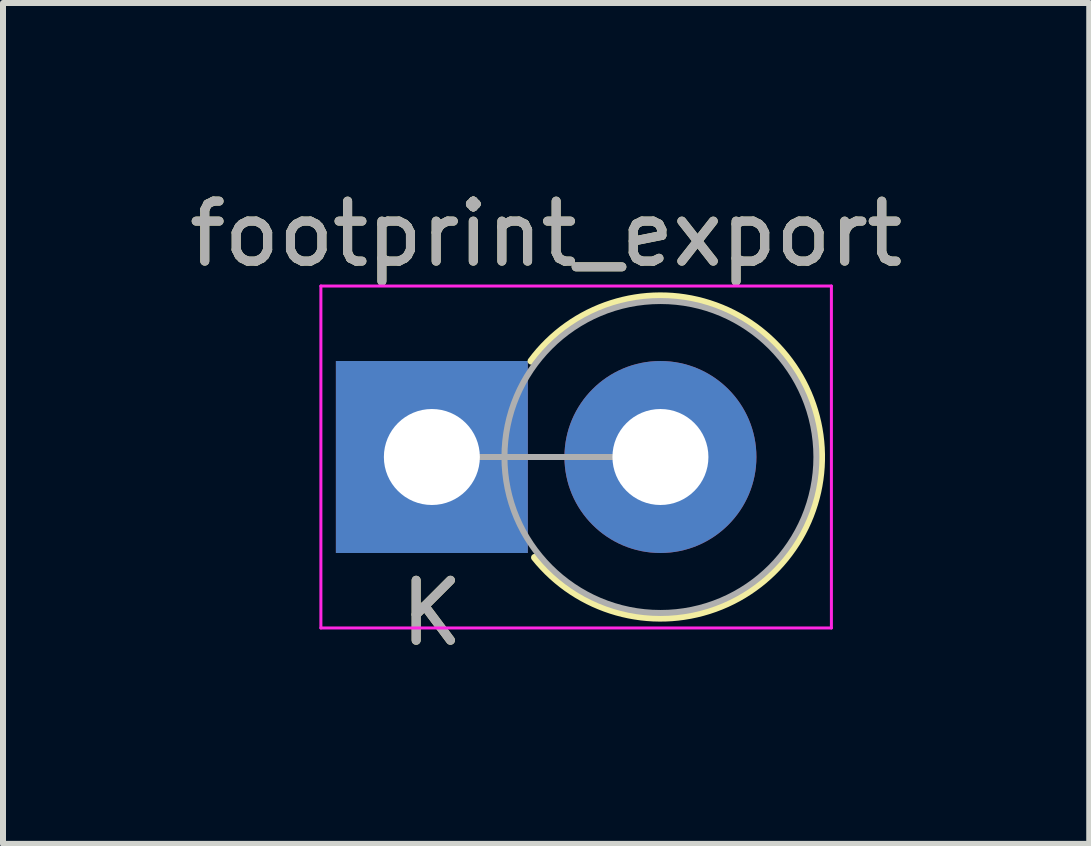
<source format=kicad_pcb>
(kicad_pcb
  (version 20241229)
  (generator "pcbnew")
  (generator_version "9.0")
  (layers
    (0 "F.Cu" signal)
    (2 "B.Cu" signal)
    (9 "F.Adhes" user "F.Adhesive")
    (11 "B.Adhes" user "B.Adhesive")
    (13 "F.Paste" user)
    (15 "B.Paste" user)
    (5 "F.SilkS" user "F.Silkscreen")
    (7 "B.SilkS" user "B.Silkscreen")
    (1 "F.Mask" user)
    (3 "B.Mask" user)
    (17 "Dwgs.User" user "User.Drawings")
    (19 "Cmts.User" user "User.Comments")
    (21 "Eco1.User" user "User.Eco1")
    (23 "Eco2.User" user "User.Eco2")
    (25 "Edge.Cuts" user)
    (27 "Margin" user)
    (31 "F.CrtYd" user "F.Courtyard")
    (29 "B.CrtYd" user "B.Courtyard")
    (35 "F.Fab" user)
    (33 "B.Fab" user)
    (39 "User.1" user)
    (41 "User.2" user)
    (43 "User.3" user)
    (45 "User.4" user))
  (footprint "footprint_export"
    (layer "F.Cu")
    (at 4.149 4.568)
    (property "Reference" "footprint_export" (at 1.905 -3.72 0) (layer "F.SilkS") (effects (font (size 1 1) (thickness 0.15))))
    (attr through_hole)
    (fp_arc (start 1.655284 -1.6) (mid 6.493382 -0.047582) (end 1.713364 1.675386) (stroke (width 0.12) (type solid)) (layer "F.SilkS"))
    (fp_line (start -1.85 -2.85) (end -1.85 2.85) (stroke (width 0.05) (type solid)) (layer "F.CrtYd"))
    (fp_line (start -1.85 2.85) (end 6.66 2.85) (stroke (width 0.05) (type solid)) (layer "F.CrtYd"))
    (fp_line (start 6.66 -2.85) (end -1.85 -2.85) (stroke (width 0.05) (type solid)) (layer "F.CrtYd"))
    (fp_line (start 6.66 2.85) (end 6.66 -2.85) (stroke (width 0.05) (type solid)) (layer "F.CrtYd"))
    (fp_line (start 0 0) (end 3.81 0) (stroke (width 0.1) (type solid)) (layer "F.Fab"))
    (fp_circle (center 3.81 0) (end 6.41 0) (stroke (width 0.1) (type solid)) (fill no) (layer "F.Fab"))
    (fp_text user "K" (at 0 2.6 0) (layer "F.SilkS") (effects (font (size 1 1) (thickness 0.15))))
    (fp_text user "${REFERENCE}" (at 1.905 -3.72 0) (layer "F.Fab") (effects (font (size 1 1) (thickness 0.15))))
    (fp_text user "K" (at 0 2.6 0) (layer "F.Fab") (effects (font (size 1 1) (thickness 0.15))))
    (pad "1" thru_hole rect (at 0 0) (size 3.2 3.2) (drill 1.6) (layers "*.Cu" "*.Mask"))
    (pad "2" thru_hole oval (at 3.81 0) (size 3.2 3.2) (drill 1.6) (layers "*.Cu" "*.Mask")))
  (gr_rect
    (start -3 -3)
    (end 15.107 11.017)
    (stroke (width 0.1) (type default))
    (fill no)
    (layer "Edge.Cuts")))
</source>
